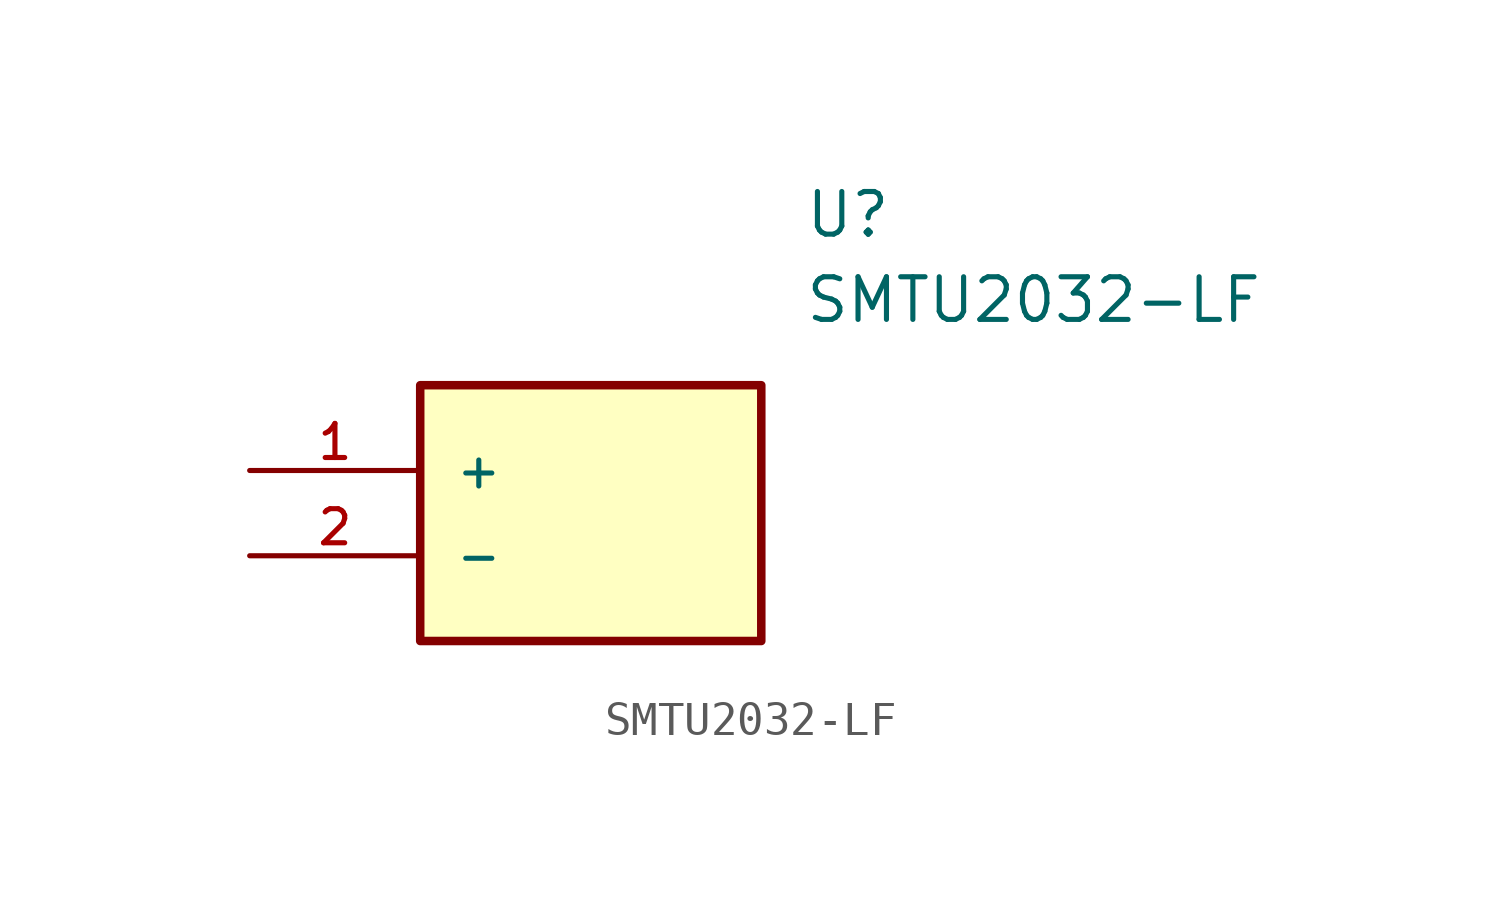
<source format=kicad_sym>
(kicad_symbol_lib
  (version 20211014)
  (generator kicad_symbol_editor)
  (symbol "SMTU2032-LF"
    (pin_names
      (offset 1.016))
    (property "Reference" "U"
      (at 16.51 7.62 0)
      (effects (font (size 1.27 1.27)) (justify left)))
    (property "Value" "SMTU2032-LF"
      (at 16.51 5.08 0)
      (effects (font (size 1.27 1.27)) (justify left)))
    (symbol "SMTU2032-LF_0_0"
      (rectangle (start 5.08 -5.08) (end 15.24 2.54) (stroke (width 0.254)) (fill (type background)))
      (pin bidirectional line (at 0.0 0.0 0) (length 5.08) (name "+" (effects (font (size 1.016 1.016)))) (number "1" (effects (font (size 1.016 1.016)))))
      (pin bidirectional line (at 0.0 -2.54 0) (length 5.08) (name "-" (effects (font (size 1.016 1.016)))) (number "2" (effects (font (size 1.016 1.016))))))))
</source>
